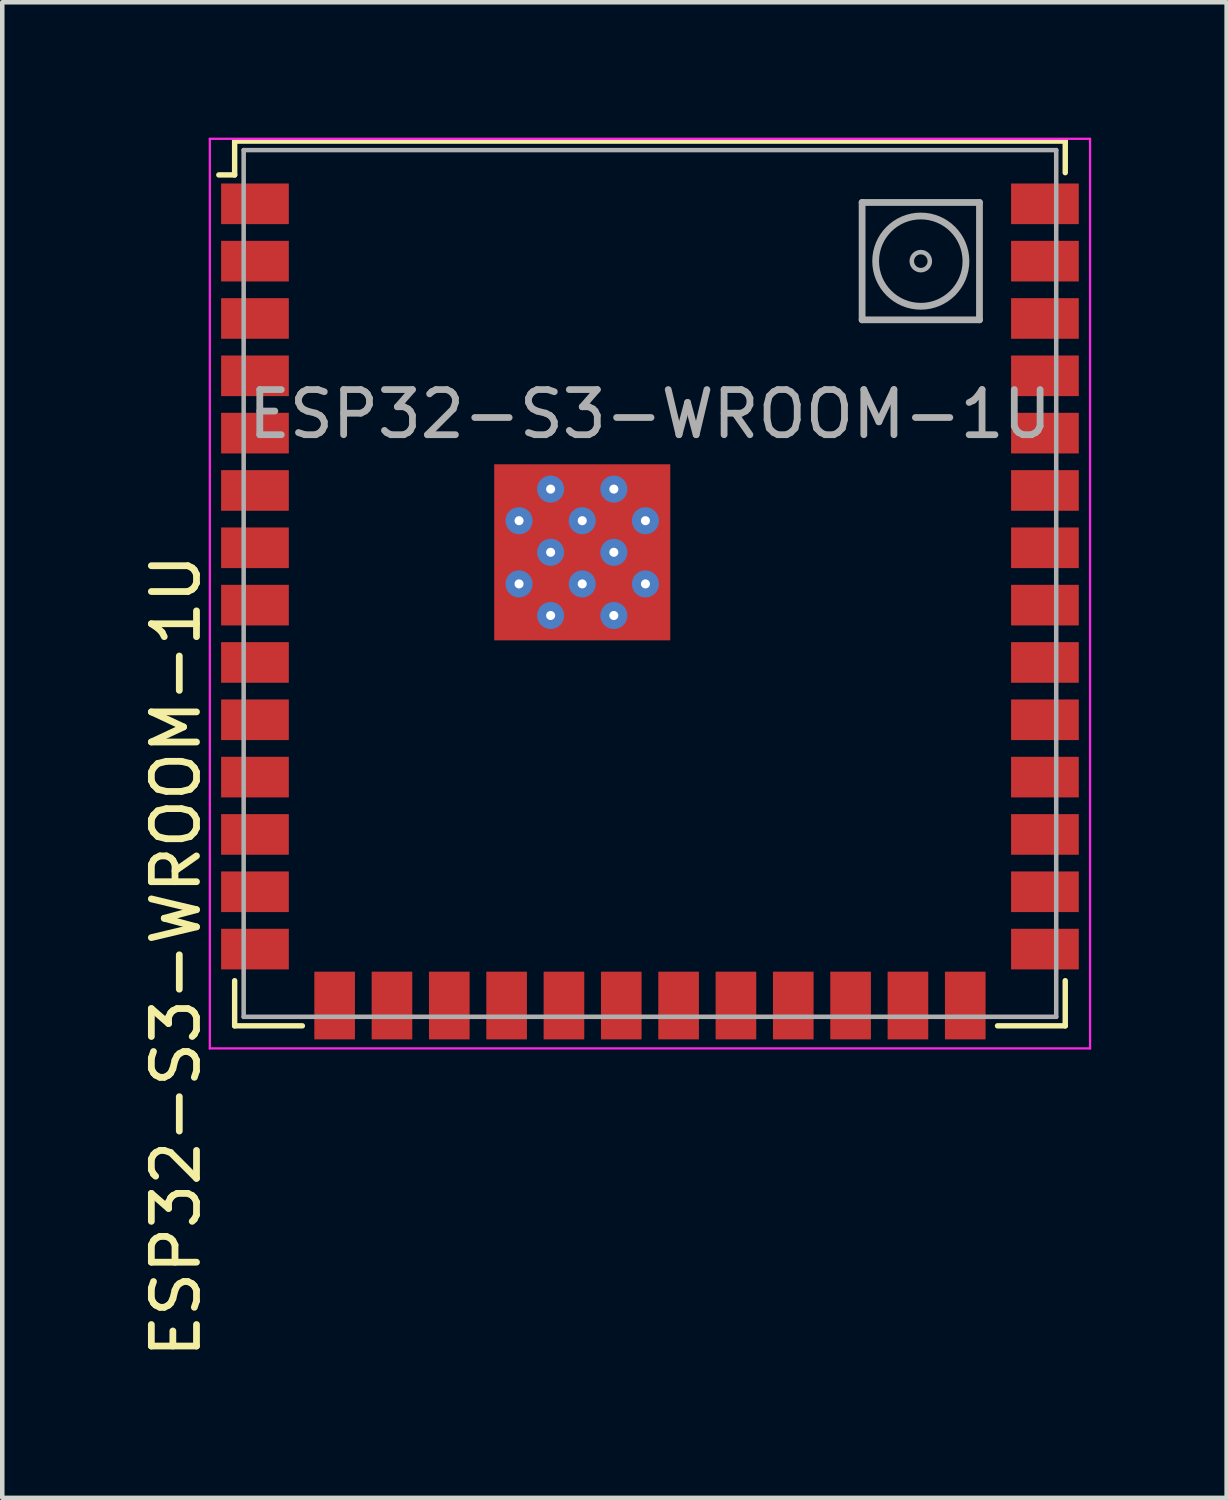
<source format=kicad_pcb>
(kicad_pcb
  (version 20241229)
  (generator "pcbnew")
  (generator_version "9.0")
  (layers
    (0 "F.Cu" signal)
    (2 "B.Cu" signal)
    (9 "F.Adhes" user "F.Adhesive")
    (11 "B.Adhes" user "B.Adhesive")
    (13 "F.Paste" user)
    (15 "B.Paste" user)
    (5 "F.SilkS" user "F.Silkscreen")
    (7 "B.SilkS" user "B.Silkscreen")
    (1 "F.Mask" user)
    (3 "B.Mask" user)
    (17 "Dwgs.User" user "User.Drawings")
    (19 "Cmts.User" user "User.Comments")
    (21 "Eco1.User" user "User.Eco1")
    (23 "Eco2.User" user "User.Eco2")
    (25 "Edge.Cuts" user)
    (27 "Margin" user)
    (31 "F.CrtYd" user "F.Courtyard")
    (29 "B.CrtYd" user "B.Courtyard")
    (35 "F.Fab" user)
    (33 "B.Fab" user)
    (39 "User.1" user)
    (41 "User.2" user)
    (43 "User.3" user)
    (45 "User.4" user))
  (footprint "ESP32-S3-WROOM-1U"
    (layer "F.Cu")
    (at 11.348 9.875)
    (property "Reference" "ESP32-S3-WROOM-1U" (at -10.5 8.25 90) (unlocked yes) (layer "F.SilkS") (effects (font (size 1 1) (thickness 0.15))))
    (attr smd)
    (fp_line (start -9.2 -9.8) (end 9.2 -9.8) (stroke (width 0.12) (type solid)) (layer "F.SilkS"))
    (fp_line (start -9.2 -9.05) (end -9.55 -9.05) (stroke (width 0.12) (type solid)) (layer "F.SilkS"))
    (fp_line (start -9.2 -9.05) (end -9.2 -9.8) (stroke (width 0.12) (type solid)) (layer "F.SilkS"))
    (fp_line (start -9.2 8.8) (end -9.2 9.8) (stroke (width 0.12) (type solid)) (layer "F.SilkS"))
    (fp_line (start -9.2 9.8) (end -7.7 9.8) (stroke (width 0.12) (type solid)) (layer "F.SilkS"))
    (fp_line (start 9.2 -9.8) (end 9.2 -9.1) (stroke (width 0.12) (type solid)) (layer "F.SilkS"))
    (fp_line (start 9.2 9.8) (end 7.7 9.8) (stroke (width 0.12) (type solid)) (layer "F.SilkS"))
    (fp_line (start 9.2 9.8) (end 9.2 8.8) (stroke (width 0.12) (type solid)) (layer "F.SilkS"))
    (fp_line (start -9.75 10.3) (end -9.75 -9.85) (stroke (width 0.05) (type solid)) (layer "F.CrtYd"))
    (fp_line (start -9.75 10.3) (end 9.75 10.3) (stroke (width 0.05) (type solid)) (layer "F.CrtYd"))
    (fp_line (start 9.75 -9.85) (end -9.75 -9.85) (stroke (width 0.05) (type solid)) (layer "F.CrtYd"))
    (fp_line (start 9.75 -9.85) (end 9.75 10.3) (stroke (width 0.05) (type solid)) (layer "F.CrtYd"))
    (fp_line (start -9 -9.6) (end 9 -9.6) (stroke (width 0.1) (type solid)) (layer "F.Fab"))
    (fp_line (start -9 9.6) (end -9 -9.6) (stroke (width 0.1) (type solid)) (layer "F.Fab"))
    (fp_line (start -9 9.6) (end 9 9.6) (stroke (width 0.1) (type solid)) (layer "F.Fab"))
    (fp_line (start 4.7 -8.44) (end 7.3 -8.44) (stroke (width 0.15) (type solid)) (layer "F.Fab"))
    (fp_line (start 4.7 -5.84) (end 4.7 -8.44) (stroke (width 0.15) (type solid)) (layer "F.Fab"))
    (fp_line (start 7.3 -8.44) (end 7.3 -5.84) (stroke (width 0.15) (type solid)) (layer "F.Fab"))
    (fp_line (start 7.3 -5.84) (end 4.7 -5.84) (stroke (width 0.15) (type solid)) (layer "F.Fab"))
    (fp_line (start 9 9.6) (end 9 -9.6) (stroke (width 0.1) (type solid)) (layer "F.Fab"))
    (fp_circle (center 6 -7.14) (end 6 -6.94) (stroke (width 0.1) (type solid)) (fill no) (layer "F.Fab"))
    (fp_circle (center 6 -7.14) (end 7 -7.14) (stroke (width 0.15) (type solid)) (fill no) (layer "F.Fab"))
    (fp_text user "${REFERENCE}" (at 0 -3.75 0) (unlocked yes) (layer "F.Fab") (effects (font (size 1 1) (thickness 0.15))))
    (pad "" smd rect (at -2.904 0.71) (size 0.9 0.9) (layers "F.Paste"))
    (pad "" smd rect (at -2.9 -2.09) (size 0.9 0.9) (layers "F.Paste"))
    (pad "" smd rect (at -2.9 -0.69) (size 0.9 0.9) (layers "F.Paste"))
    (pad "" smd rect (at -1.504 0.71) (size 0.9 0.9) (layers "F.Paste"))
    (pad "" smd rect (at -1.5 -2.09) (size 0.9 0.9) (layers "F.Paste"))
    (pad "" smd rect (at -1.5 -0.69) (size 0.9 0.9) (layers "F.Paste"))
    (pad "" smd rect (at -0.104 0.71) (size 0.9 0.9) (layers "F.Paste"))
    (pad "" smd rect (at -0.1 -2.09) (size 0.9 0.9) (layers "F.Paste"))
    (pad "" smd rect (at -0.1 -0.69) (size 0.9 0.9) (layers "F.Paste"))
    (pad "1" smd rect (at -8.75 -8.41) (size 1.5 0.9) (layers "F.Cu" "F.Mask" "F.Paste"))
    (pad "2" smd rect (at -8.75 -7.14) (size 1.5 0.9) (layers "F.Cu" "F.Mask" "F.Paste"))
    (pad "3" smd rect (at -8.75 -5.87) (size 1.5 0.9) (layers "F.Cu" "F.Mask" "F.Paste"))
    (pad "4" smd rect (at -8.75 -4.6) (size 1.5 0.9) (layers "F.Cu" "F.Mask" "F.Paste"))
    (pad "5" smd rect (at -8.75 -3.33) (size 1.5 0.9) (layers "F.Cu" "F.Mask" "F.Paste"))
    (pad "6" smd rect (at -8.75 -2.06) (size 1.5 0.9) (layers "F.Cu" "F.Mask" "F.Paste"))
    (pad "7" smd rect (at -8.75 -0.79) (size 1.5 0.9) (layers "F.Cu" "F.Mask" "F.Paste"))
    (pad "8" smd rect (at -8.75 0.48) (size 1.5 0.9) (layers "F.Cu" "F.Mask" "F.Paste"))
    (pad "9" smd rect (at -8.75 1.75) (size 1.5 0.9) (layers "F.Cu" "F.Mask" "F.Paste"))
    (pad "10" smd rect (at -8.75 3.02) (size 1.5 0.9) (layers "F.Cu" "F.Mask" "F.Paste"))
    (pad "11" smd rect (at -8.75 4.29) (size 1.5 0.9) (layers "F.Cu" "F.Mask" "F.Paste"))
    (pad "12" smd rect (at -8.75 5.56) (size 1.5 0.9) (layers "F.Cu" "F.Mask" "F.Paste"))
    (pad "13" smd rect (at -8.75 6.83) (size 1.5 0.9) (layers "F.Cu" "F.Mask" "F.Paste"))
    (pad "14" smd rect (at -8.75 8.1 180) (size 1.5 0.9) (layers "F.Cu" "F.Mask" "F.Paste"))
    (pad "15" smd rect (at -6.985 9.35 270) (size 1.5 0.9) (layers "F.Cu" "F.Mask" "F.Paste"))
    (pad "16" smd rect (at -5.715 9.35 270) (size 1.5 0.9) (layers "F.Cu" "F.Mask" "F.Paste"))
    (pad "17" smd rect (at -4.445 9.35 270) (size 1.5 0.9) (layers "F.Cu" "F.Mask" "F.Paste"))
    (pad "18" smd rect (at -3.175 9.35 270) (size 1.5 0.9) (layers "F.Cu" "F.Mask" "F.Paste"))
    (pad "19" smd rect (at -1.905 9.35 270) (size 1.5 0.9) (layers "F.Cu" "F.Mask" "F.Paste"))
    (pad "20" smd rect (at -0.635 9.35 270) (size 1.5 0.9) (layers "F.Cu" "F.Mask" "F.Paste"))
    (pad "21" smd rect (at 0.635 9.35 270) (size 1.5 0.9) (layers "F.Cu" "F.Mask" "F.Paste"))
    (pad "22" smd rect (at 1.905 9.35 270) (size 1.5 0.9) (layers "F.Cu" "F.Mask" "F.Paste"))
    (pad "23" smd rect (at 3.175 9.35 270) (size 1.5 0.9) (layers "F.Cu" "F.Mask" "F.Paste"))
    (pad "24" smd rect (at 4.445 9.35 270) (size 1.5 0.9) (layers "F.Cu" "F.Mask" "F.Paste"))
    (pad "25" smd rect (at 5.715 9.35 270) (size 1.5 0.9) (layers "F.Cu" "F.Mask" "F.Paste"))
    (pad "26" smd rect (at 6.985 9.35 270) (size 1.5 0.9) (layers "F.Cu" "F.Mask" "F.Paste"))
    (pad "27" smd rect (at 8.75 8.1) (size 1.5 0.9) (layers "F.Cu" "F.Mask" "F.Paste"))
    (pad "28" smd rect (at 8.75 6.83) (size 1.5 0.9) (layers "F.Cu" "F.Mask" "F.Paste"))
    (pad "29" smd rect (at 8.75 5.56) (size 1.5 0.9) (layers "F.Cu" "F.Mask" "F.Paste"))
    (pad "30" smd rect (at 8.75 4.29) (size 1.5 0.9) (layers "F.Cu" "F.Mask" "F.Paste"))
    (pad "31" smd rect (at 8.75 3.02) (size 1.5 0.9) (layers "F.Cu" "F.Mask" "F.Paste"))
    (pad "32" smd rect (at 8.75 1.75) (size 1.5 0.9) (layers "F.Cu" "F.Mask" "F.Paste"))
    (pad "33" smd rect (at 8.75 0.48) (size 1.5 0.9) (layers "F.Cu" "F.Mask" "F.Paste"))
    (pad "34" smd rect (at 8.75 -0.79) (size 1.5 0.9) (layers "F.Cu" "F.Mask" "F.Paste"))
    (pad "35" smd rect (at 8.75 -2.06) (size 1.5 0.9) (layers "F.Cu" "F.Mask" "F.Paste"))
    (pad "36" smd rect (at 8.75 -3.33) (size 1.5 0.9) (layers "F.Cu" "F.Mask" "F.Paste"))
    (pad "37" smd rect (at 8.75 -4.6) (size 1.5 0.9) (layers "F.Cu" "F.Mask" "F.Paste"))
    (pad "38" smd rect (at 8.75 -5.87) (size 1.5 0.9) (layers "F.Cu" "F.Mask" "F.Paste"))
    (pad "39" smd rect (at 8.75 -7.14) (size 1.5 0.9) (layers "F.Cu" "F.Mask" "F.Paste"))
    (pad "40" smd rect (at 8.75 -8.41) (size 1.5 0.9) (layers "F.Cu" "F.Mask" "F.Paste"))
    (pad "41" thru_hole circle (at -2.9 -1.39) (size 0.6 0.6) (drill 0.2) (property pad_prop_heatsink) (layers "*.Cu" "F.Mask"))
    (pad "41" thru_hole circle (at -2.9 0.01) (size 0.6 0.6) (drill 0.2) (property pad_prop_heatsink) (layers "*.Cu" "F.Mask"))
    (pad "41" thru_hole circle (at -2.2 -2.09) (size 0.6 0.6) (drill 0.2) (property pad_prop_heatsink) (layers "*.Cu" "F.Mask"))
    (pad "41" thru_hole circle (at -2.2 -0.69) (size 0.6 0.6) (drill 0.2) (property pad_prop_heatsink) (layers "*.Cu" "F.Mask"))
    (pad "41" thru_hole circle (at -2.2 0.71) (size 0.6 0.6) (drill 0.2) (property pad_prop_heatsink) (layers "*.Cu" "F.Mask"))
    (pad "41" thru_hole circle (at -1.5 -1.39) (size 0.6 0.6) (drill 0.2) (property pad_prop_heatsink) (layers "*.Cu" "F.Mask"))
    (pad "41" smd rect (at -1.5 -0.69) (size 3.9 3.9) (layers "F.Cu" "F.Mask"))
    (pad "41" thru_hole circle (at -1.5 0.01) (size 0.6 0.6) (drill 0.2) (property pad_prop_heatsink) (layers "*.Cu" "F.Mask"))
    (pad "41" thru_hole circle (at -0.8 -2.09) (size 0.6 0.6) (drill 0.2) (property pad_prop_heatsink) (layers "*.Cu" "F.Mask"))
    (pad "41" thru_hole circle (at -0.8 -0.69 90) (size 0.6 0.6) (drill 0.2) (property pad_prop_heatsink) (layers "*.Cu" "F.Mask"))
    (pad "41" thru_hole circle (at -0.8 0.71) (size 0.6 0.6) (drill 0.2) (property pad_prop_heatsink) (layers "*.Cu" "F.Mask"))
    (pad "41" thru_hole circle (at -0.1 -1.39) (size 0.6 0.6) (drill 0.2) (property pad_prop_heatsink) (layers "*.Cu" "F.Mask"))
    (pad "41" thru_hole circle (at -0.1 0.01) (size 0.6 0.6) (drill 0.2) (property pad_prop_heatsink) (layers "*.Cu" "F.Mask")))
  (gr_rect
    (start -3 -3)
    (end 24.123 30.131)
    (stroke (width 0.1) (type default))
    (fill no)
    (layer "Edge.Cuts")))
</source>
